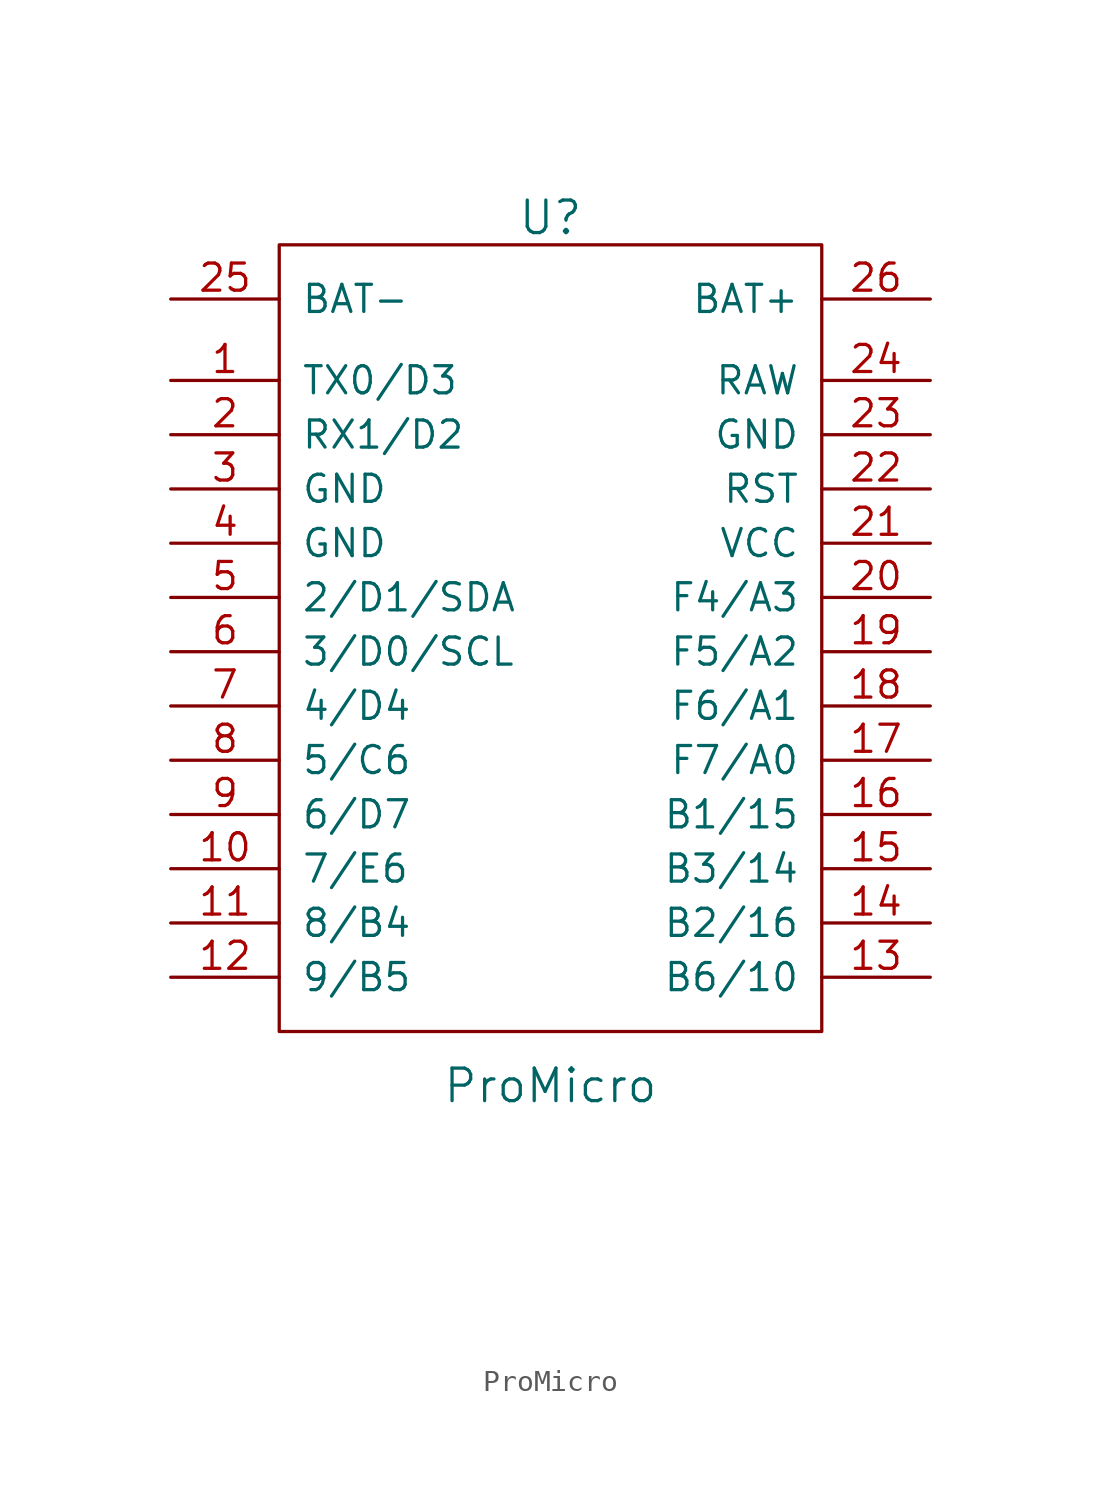
<source format=kicad_sym>
(kicad_symbol_lib
  (version 20211014)
  (generator kicad_symbol_editor)
  (symbol "ProMicro"
    (pin_names
      (offset 1.016))
    (property "Reference" "U"
      (at 0 21.59 0)
      (effects (font (size 1.524 1.524))))
    (property "Value" "ProMicro"
      (at 0 -19.05 0)
      (effects (font (size 1.524 1.524))))
    (property "Footprint" ""
      (at 2.54 -26.67 0)
      (effects (font (size 1.524 1.524))))
    (property "Datasheet" ""
      (at 2.54 -26.67 0)
      (effects (font (size 1.524 1.524))))
    (symbol "ProMicro_0_1"
      (rectangle (start -12.7 20.32) (end 12.7 -16.51) (stroke (width 0) (type default) (color 0 0 0 0)) (fill (type none))))
    (symbol "ProMicro_1_1"
      (pin bidirectional line (at -17.78 13.97 0) (length 5.08) (name "TX0/D3" (effects (font (size 1.27 1.27)))) (number "1" (effects (font (size 1.27 1.27)))))
      (pin bidirectional line (at -17.78 -8.89 0) (length 5.08) (name "7/E6" (effects (font (size 1.27 1.27)))) (number "10" (effects (font (size 1.27 1.27)))))
      (pin bidirectional line (at -17.78 -11.43 0) (length 5.08) (name "8/B4" (effects (font (size 1.27 1.27)))) (number "11" (effects (font (size 1.27 1.27)))))
      (pin bidirectional line (at -17.78 -13.97 0) (length 5.08) (name "9/B5" (effects (font (size 1.27 1.27)))) (number "12" (effects (font (size 1.27 1.27)))))
      (pin bidirectional line (at 17.78 -13.97 180) (length 5.08) (name "B6/10" (effects (font (size 1.27 1.27)))) (number "13" (effects (font (size 1.27 1.27)))))
      (pin bidirectional line (at 17.78 -11.43 180) (length 5.08) (name "B2/16" (effects (font (size 1.27 1.27)))) (number "14" (effects (font (size 1.27 1.27)))))
      (pin bidirectional line (at 17.78 -8.89 180) (length 5.08) (name "B3/14" (effects (font (size 1.27 1.27)))) (number "15" (effects (font (size 1.27 1.27)))))
      (pin bidirectional line (at 17.78 -6.35 180) (length 5.08) (name "B1/15" (effects (font (size 1.27 1.27)))) (number "16" (effects (font (size 1.27 1.27)))))
      (pin bidirectional line (at 17.78 -3.81 180) (length 5.08) (name "F7/A0" (effects (font (size 1.27 1.27)))) (number "17" (effects (font (size 1.27 1.27)))))
      (pin bidirectional line (at 17.78 -1.27 180) (length 5.08) (name "F6/A1" (effects (font (size 1.27 1.27)))) (number "18" (effects (font (size 1.27 1.27)))))
      (pin bidirectional line (at 17.78 1.27 180) (length 5.08) (name "F5/A2" (effects (font (size 1.27 1.27)))) (number "19" (effects (font (size 1.27 1.27)))))
      (pin bidirectional line (at -17.78 11.43 0) (length 5.08) (name "RX1/D2" (effects (font (size 1.27 1.27)))) (number "2" (effects (font (size 1.27 1.27)))))
      (pin bidirectional line (at 17.78 3.81 180) (length 5.08) (name "F4/A3" (effects (font (size 1.27 1.27)))) (number "20" (effects (font (size 1.27 1.27)))))
      (pin power_in line (at 17.78 6.35 180) (length 5.08) (name "VCC" (effects (font (size 1.27 1.27)))) (number "21" (effects (font (size 1.27 1.27)))))
      (pin input line (at 17.78 8.89 180) (length 5.08) (name "RST" (effects (font (size 1.27 1.27)))) (number "22" (effects (font (size 1.27 1.27)))))
      (pin power_in line (at 17.78 11.43 180) (length 5.08) (name "GND" (effects (font (size 1.27 1.27)))) (number "23" (effects (font (size 1.27 1.27)))))
      (pin power_out line (at 17.78 13.97 180) (length 5.08) (name "RAW" (effects (font (size 1.27 1.27)))) (number "24" (effects (font (size 1.27 1.27)))))
      (pin power_in line (at -17.78 17.78 0) (length 5.08) (name "BAT-" (effects (font (size 1.27 1.27)))) (number "25" (effects (font (size 1.27 1.27)))))
      (pin input line (at 17.78 17.78 180) (length 5.08) (name "BAT+" (effects (font (size 1.27 1.27)))) (number "26" (effects (font (size 1.27 1.27)))))
      (pin power_in line (at -17.78 8.89 0) (length 5.08) (name "GND" (effects (font (size 1.27 1.27)))) (number "3" (effects (font (size 1.27 1.27)))))
      (pin power_in line (at -17.78 6.35 0) (length 5.08) (name "GND" (effects (font (size 1.27 1.27)))) (number "4" (effects (font (size 1.27 1.27)))))
      (pin bidirectional line (at -17.78 3.81 0) (length 5.08) (name "2/D1/SDA" (effects (font (size 1.27 1.27)))) (number "5" (effects (font (size 1.27 1.27)))))
      (pin bidirectional line (at -17.78 1.27 0) (length 5.08) (name "3/D0/SCL" (effects (font (size 1.27 1.27)))) (number "6" (effects (font (size 1.27 1.27)))))
      (pin bidirectional line (at -17.78 -1.27 0) (length 5.08) (name "4/D4" (effects (font (size 1.27 1.27)))) (number "7" (effects (font (size 1.27 1.27)))))
      (pin bidirectional line (at -17.78 -3.81 0) (length 5.08) (name "5/C6" (effects (font (size 1.27 1.27)))) (number "8" (effects (font (size 1.27 1.27)))))
      (pin bidirectional line (at -17.78 -6.35 0) (length 5.08) (name "6/D7" (effects (font (size 1.27 1.27)))) (number "9" (effects (font (size 1.27 1.27))))))))
</source>
